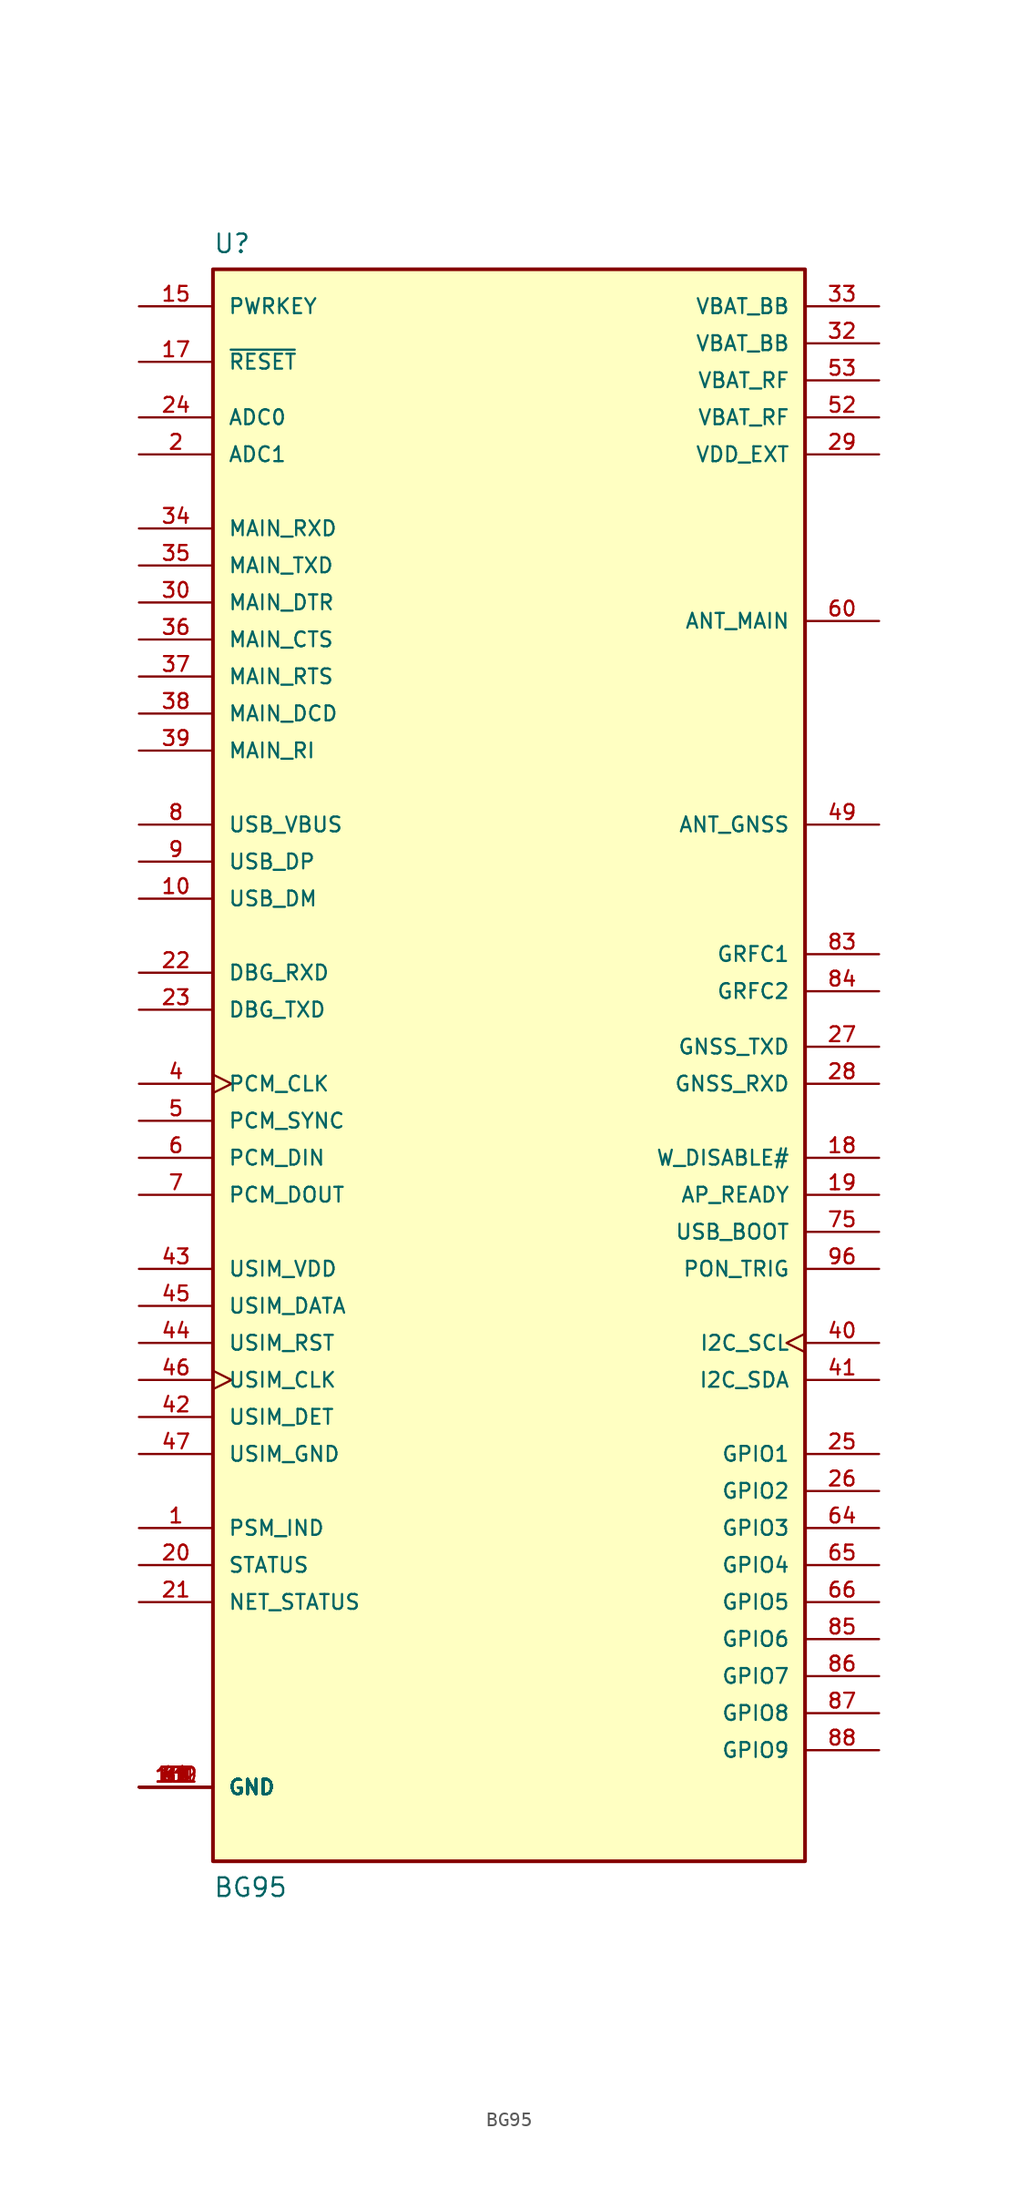
<source format=kicad_sym>
(kicad_symbol_lib
  (version 20211014)
  (generator kicad_symbol_editor)
  (symbol "BG95"
    (pin_names
      (offset 1.016))
    (property "Reference" "U"
      (at -20.32 54.356 0)
      (effects (font (size 1.27 1.27)) (justify left bottom)))
    (property "Value" "BG95"
      (at -20.32 -58.42 0)
      (effects (font (size 1.27 1.27)) (justify left bottom)))
    (symbol "BG95_0_0"
      (rectangle (start -20.32 -55.88) (end 20.32 53.34) (stroke (width 0.254) (type default) (color 0 0 0 0)) (fill (type background)))
      (pin output line (at -25.4 -33.02 0) (length 5.08) (name "PSM_IND" (effects (font (size 1.016 1.016)))) (number "1" (effects (font (size 1.016 1.016)))))
      (pin bidirectional line (at -25.4 10.16 0) (length 5.08) (name "USB_DM" (effects (font (size 1.016 1.016)))) (number "10" (effects (font (size 1.016 1.016)))))
      (pin power_in line (at -25.4 -50.8 0) (length 5.08) (name "GND" (effects (font (size 1.016 1.016)))) (number "100" (effects (font (size 1.016 1.016)))))
      (pin power_in line (at -25.4 -50.8 0) (length 5.08) (name "GND" (effects (font (size 1.016 1.016)))) (number "101" (effects (font (size 1.016 1.016)))))
      (pin power_in line (at -25.4 -50.8 0) (length 5.08) (name "GND" (effects (font (size 1.016 1.016)))) (number "102" (effects (font (size 1.016 1.016)))))
      (pin no_connect line (at -11.43 -60.96 90) (length 5.08) hide (name "RESERVED" (effects (font (size 1.016 1.016)))) (number "11" (effects (font (size 1.016 1.016)))))
      (pin no_connect line (at 0 -60.96 90) (length 5.08) hide (name "RESERVED" (effects (font (size 1.016 1.016)))) (number "12" (effects (font (size 1.016 1.016)))))
      (pin no_connect line (at -1.27 -60.96 90) (length 5.08) hide (name "RESERVED" (effects (font (size 1.016 1.016)))) (number "13" (effects (font (size 1.016 1.016)))))
      (pin no_connect line (at -5.08 -60.96 90) (length 5.08) hide (name "RESERVED" (effects (font (size 1.016 1.016)))) (number "14" (effects (font (size 1.016 1.016)))))
      (pin input line (at -25.4 50.8 0) (length 5.08) (name "PWRKEY" (effects (font (size 1.016 1.016)))) (number "15" (effects (font (size 1.016 1.016)))))
      (pin no_connect line (at -2.54 -60.96 90) (length 5.08) hide (name "RESERVED" (effects (font (size 1.016 1.016)))) (number "16" (effects (font (size 1.016 1.016)))))
      (pin input line (at -25.4 46.99 0) (length 5.08) (name "~{RESET}" (effects (font (size 1.016 1.016)))) (number "17" (effects (font (size 1.016 1.016)))))
      (pin input line (at 25.4 -7.62 180) (length 5.08) (name "W_DISABLE#" (effects (font (size 1.016 1.016)))) (number "18" (effects (font (size 1.016 1.016)))))
      (pin input line (at 25.4 -10.16 180) (length 5.08) (name "AP_READY" (effects (font (size 1.016 1.016)))) (number "19" (effects (font (size 1.016 1.016)))))
      (pin input line (at -25.4 40.64 0) (length 5.08) (name "ADC1" (effects (font (size 1.016 1.016)))) (number "2" (effects (font (size 1.016 1.016)))))
      (pin output line (at -25.4 -35.56 0) (length 5.08) (name "STATUS" (effects (font (size 1.016 1.016)))) (number "20" (effects (font (size 1.016 1.016)))))
      (pin output line (at -25.4 -38.1 0) (length 5.08) (name "NET_STATUS" (effects (font (size 1.016 1.016)))) (number "21" (effects (font (size 1.016 1.016)))))
      (pin input line (at -25.4 5.08 0) (length 5.08) (name "DBG_RXD" (effects (font (size 1.016 1.016)))) (number "22" (effects (font (size 1.016 1.016)))))
      (pin output line (at -25.4 2.54 0) (length 5.08) (name "DBG_TXD" (effects (font (size 1.016 1.016)))) (number "23" (effects (font (size 1.016 1.016)))))
      (pin input line (at -25.4 43.18 0) (length 5.08) (name "ADC0" (effects (font (size 1.016 1.016)))) (number "24" (effects (font (size 1.016 1.016)))))
      (pin bidirectional line (at 25.4 -27.94 180) (length 5.08) (name "GPIO1" (effects (font (size 1.016 1.016)))) (number "25" (effects (font (size 1.016 1.016)))))
      (pin bidirectional line (at 25.4 -30.48 180) (length 5.08) (name "GPIO2" (effects (font (size 1.016 1.016)))) (number "26" (effects (font (size 1.016 1.016)))))
      (pin output line (at 25.4 0 180) (length 5.08) (name "GNSS_TXD" (effects (font (size 1.016 1.016)))) (number "27" (effects (font (size 1.016 1.016)))))
      (pin input line (at 25.4 -2.54 180) (length 5.08) (name "GNSS_RXD" (effects (font (size 1.016 1.016)))) (number "28" (effects (font (size 1.016 1.016)))))
      (pin power_in line (at 25.4 40.64 180) (length 5.08) (name "VDD_EXT" (effects (font (size 1.016 1.016)))) (number "29" (effects (font (size 1.016 1.016)))))
      (pin power_in line (at -25.4 -50.8 0) (length 5.08) (name "GND" (effects (font (size 1.016 1.016)))) (number "3" (effects (font (size 1.016 1.016)))))
      (pin input line (at -25.4 30.48 0) (length 5.08) (name "MAIN_DTR" (effects (font (size 1.016 1.016)))) (number "30" (effects (font (size 1.016 1.016)))))
      (pin power_in line (at -25.4 -50.8 0) (length 5.08) (name "GND" (effects (font (size 1.016 1.016)))) (number "31" (effects (font (size 1.016 1.016)))))
      (pin power_in line (at 25.4 48.26 180) (length 5.08) (name "VBAT_BB" (effects (font (size 1.016 1.016)))) (number "32" (effects (font (size 1.016 1.016)))))
      (pin power_in line (at 25.4 50.8 180) (length 5.08) (name "VBAT_BB" (effects (font (size 1.016 1.016)))) (number "33" (effects (font (size 1.016 1.016)))))
      (pin input line (at -25.4 35.56 0) (length 5.08) (name "MAIN_RXD" (effects (font (size 1.016 1.016)))) (number "34" (effects (font (size 1.016 1.016)))))
      (pin output line (at -25.4 33.02 0) (length 5.08) (name "MAIN_TXD" (effects (font (size 1.016 1.016)))) (number "35" (effects (font (size 1.016 1.016)))))
      (pin output line (at -25.4 27.94 0) (length 5.08) (name "MAIN_CTS" (effects (font (size 1.016 1.016)))) (number "36" (effects (font (size 1.016 1.016)))))
      (pin input line (at -25.4 25.4 0) (length 5.08) (name "MAIN_RTS" (effects (font (size 1.016 1.016)))) (number "37" (effects (font (size 1.016 1.016)))))
      (pin output line (at -25.4 22.86 0) (length 5.08) (name "MAIN_DCD" (effects (font (size 1.016 1.016)))) (number "38" (effects (font (size 1.016 1.016)))))
      (pin output line (at -25.4 20.32 0) (length 5.08) (name "MAIN_RI" (effects (font (size 1.016 1.016)))) (number "39" (effects (font (size 1.016 1.016)))))
      (pin output clock (at -25.4 -2.54 0) (length 5.08) (name "PCM_CLK" (effects (font (size 1.016 1.016)))) (number "4" (effects (font (size 1.016 1.016)))))
      (pin output clock (at 25.4 -20.32 180) (length 5.08) (name "I2C_SCL" (effects (font (size 1.016 1.016)))) (number "40" (effects (font (size 1.016 1.016)))))
      (pin bidirectional line (at 25.4 -22.86 180) (length 5.08) (name "I2C_SDA" (effects (font (size 1.016 1.016)))) (number "41" (effects (font (size 1.016 1.016)))))
      (pin input line (at -25.4 -25.4 0) (length 5.08) (name "USIM_DET" (effects (font (size 1.016 1.016)))) (number "42" (effects (font (size 1.016 1.016)))))
      (pin power_in line (at -25.4 -15.24 0) (length 5.08) (name "USIM_VDD" (effects (font (size 1.016 1.016)))) (number "43" (effects (font (size 1.016 1.016)))))
      (pin output line (at -25.4 -20.32 0) (length 5.08) (name "USIM_RST" (effects (font (size 1.016 1.016)))) (number "44" (effects (font (size 1.016 1.016)))))
      (pin bidirectional line (at -25.4 -17.78 0) (length 5.08) (name "USIM_DATA" (effects (font (size 1.016 1.016)))) (number "45" (effects (font (size 1.016 1.016)))))
      (pin output clock (at -25.4 -22.86 0) (length 5.08) (name "USIM_CLK" (effects (font (size 1.016 1.016)))) (number "46" (effects (font (size 1.016 1.016)))))
      (pin power_in line (at -25.4 -27.94 0) (length 5.08) (name "USIM_GND" (effects (font (size 1.016 1.016)))) (number "47" (effects (font (size 1.016 1.016)))))
      (pin power_in line (at -25.4 -50.8 0) (length 5.08) (name "GND" (effects (font (size 1.016 1.016)))) (number "48" (effects (font (size 1.016 1.016)))))
      (pin input line (at 25.4 15.24 180) (length 5.08) (name "ANT_GNSS" (effects (font (size 1.016 1.016)))) (number "49" (effects (font (size 1.016 1.016)))))
      (pin output line (at -25.4 -5.08 0) (length 5.08) (name "PCM_SYNC" (effects (font (size 1.016 1.016)))) (number "5" (effects (font (size 1.016 1.016)))))
      (pin power_in line (at -25.4 -50.8 0) (length 5.08) (name "GND" (effects (font (size 1.016 1.016)))) (number "50" (effects (font (size 1.016 1.016)))))
      (pin no_connect line (at -3.81 -60.96 90) (length 5.08) hide (name "RESERVED" (effects (font (size 1.016 1.016)))) (number "51" (effects (font (size 1.016 1.016)))))
      (pin power_in line (at 25.4 43.18 180) (length 5.08) (name "VBAT_RF" (effects (font (size 1.016 1.016)))) (number "52" (effects (font (size 1.016 1.016)))))
      (pin power_in line (at 25.4 45.72 180) (length 5.08) (name "VBAT_RF" (effects (font (size 1.016 1.016)))) (number "53" (effects (font (size 1.016 1.016)))))
      (pin power_in line (at -25.4 -50.8 0) (length 5.08) (name "GND" (effects (font (size 1.016 1.016)))) (number "54" (effects (font (size 1.016 1.016)))))
      (pin power_in line (at -25.4 -50.8 0) (length 5.08) (name "GND" (effects (font (size 1.016 1.016)))) (number "55" (effects (font (size 1.016 1.016)))))
      (pin no_connect line (at -6.35 -60.96 90) (length 5.08) hide (name "RESERVED" (effects (font (size 1.016 1.016)))) (number "56" (effects (font (size 1.016 1.016)))))
      (pin no_connect line (at -7.62 -60.96 90) (length 5.08) hide (name "RESERVED" (effects (font (size 1.016 1.016)))) (number "57" (effects (font (size 1.016 1.016)))))
      (pin power_in line (at -25.4 -50.8 0) (length 5.08) (name "GND" (effects (font (size 1.016 1.016)))) (number "58" (effects (font (size 1.016 1.016)))))
      (pin power_in line (at -25.4 -50.8 0) (length 5.08) (name "GND" (effects (font (size 1.016 1.016)))) (number "59" (effects (font (size 1.016 1.016)))))
      (pin input line (at -25.4 -7.62 0) (length 5.08) (name "PCM_DIN" (effects (font (size 1.016 1.016)))) (number "6" (effects (font (size 1.016 1.016)))))
      (pin bidirectional line (at 25.4 29.21 180) (length 5.08) (name "ANT_MAIN" (effects (font (size 1.016 1.016)))) (number "60" (effects (font (size 1.016 1.016)))))
      (pin power_in line (at -25.4 -50.8 0) (length 5.08) (name "GND" (effects (font (size 1.016 1.016)))) (number "61" (effects (font (size 1.016 1.016)))))
      (pin power_in line (at -25.4 -50.8 0) (length 5.08) (name "GND" (effects (font (size 1.016 1.016)))) (number "62" (effects (font (size 1.016 1.016)))))
      (pin no_connect line (at 1.27 -60.96 90) (length 5.08) hide (name "RESERVED" (effects (font (size 1.016 1.016)))) (number "63" (effects (font (size 1.016 1.016)))))
      (pin bidirectional line (at 25.4 -33.02 180) (length 5.08) (name "GPIO3" (effects (font (size 1.016 1.016)))) (number "64" (effects (font (size 1.016 1.016)))))
      (pin bidirectional line (at 25.4 -35.56 180) (length 5.08) (name "GPIO4" (effects (font (size 1.016 1.016)))) (number "65" (effects (font (size 1.016 1.016)))))
      (pin bidirectional line (at 25.4 -38.1 180) (length 5.08) (name "GPIO5" (effects (font (size 1.016 1.016)))) (number "66" (effects (font (size 1.016 1.016)))))
      (pin power_in line (at -25.4 -50.8 0) (length 5.08) (name "GND" (effects (font (size 1.016 1.016)))) (number "67" (effects (font (size 1.016 1.016)))))
      (pin power_in line (at -25.4 -50.8 0) (length 5.08) (name "GND" (effects (font (size 1.016 1.016)))) (number "68" (effects (font (size 1.016 1.016)))))
      (pin power_in line (at -25.4 -50.8 0) (length 5.08) (name "GND" (effects (font (size 1.016 1.016)))) (number "69" (effects (font (size 1.016 1.016)))))
      (pin output line (at -25.4 -10.16 0) (length 5.08) (name "PCM_DOUT" (effects (font (size 1.016 1.016)))) (number "7" (effects (font (size 1.016 1.016)))))
      (pin power_in line (at -25.4 -50.8 0) (length 5.08) (name "GND" (effects (font (size 1.016 1.016)))) (number "70" (effects (font (size 1.016 1.016)))))
      (pin power_in line (at -25.4 -50.8 0) (length 5.08) (name "GND" (effects (font (size 1.016 1.016)))) (number "71" (effects (font (size 1.016 1.016)))))
      (pin power_in line (at -25.4 -50.8 0) (length 5.08) (name "GND" (effects (font (size 1.016 1.016)))) (number "72" (effects (font (size 1.016 1.016)))))
      (pin power_in line (at -25.4 -50.8 0) (length 5.08) (name "GND" (effects (font (size 1.016 1.016)))) (number "73" (effects (font (size 1.016 1.016)))))
      (pin power_in line (at -25.4 -50.8 0) (length 5.08) (name "GND" (effects (font (size 1.016 1.016)))) (number "74" (effects (font (size 1.016 1.016)))))
      (pin input line (at 25.4 -12.7 180) (length 5.08) (name "USB_BOOT" (effects (font (size 1.016 1.016)))) (number "75" (effects (font (size 1.016 1.016)))))
      (pin no_connect line (at 2.54 -60.96 90) (length 5.08) hide (name "RESERVED" (effects (font (size 1.016 1.016)))) (number "76" (effects (font (size 1.016 1.016)))))
      (pin no_connect line (at 3.81 -60.96 90) (length 5.08) hide (name "RESERVED" (effects (font (size 1.016 1.016)))) (number "77" (effects (font (size 1.016 1.016)))))
      (pin no_connect line (at 6.35 -60.96 90) (length 5.08) hide (name "RESERVED" (effects (font (size 1.016 1.016)))) (number "78" (effects (font (size 1.016 1.016)))))
      (pin power_in line (at -25.4 -50.8 0) (length 5.08) (name "GND" (effects (font (size 1.016 1.016)))) (number "79" (effects (font (size 1.016 1.016)))))
      (pin input line (at -25.4 15.24 0) (length 5.08) (name "USB_VBUS" (effects (font (size 1.016 1.016)))) (number "8" (effects (font (size 1.016 1.016)))))
      (pin power_in line (at -25.4 -50.8 0) (length 5.08) (name "GND" (effects (font (size 1.016 1.016)))) (number "80" (effects (font (size 1.016 1.016)))))
      (pin power_in line (at -25.4 -50.8 0) (length 5.08) (name "GND" (effects (font (size 1.016 1.016)))) (number "81" (effects (font (size 1.016 1.016)))))
      (pin power_in line (at -25.4 -50.8 0) (length 5.08) (name "GND" (effects (font (size 1.016 1.016)))) (number "82" (effects (font (size 1.016 1.016)))))
      (pin output line (at 25.4 6.35 180) (length 5.08) (name "GRFC1" (effects (font (size 1.016 1.016)))) (number "83" (effects (font (size 1.016 1.016)))))
      (pin output line (at 25.4 3.81 180) (length 5.08) (name "GRFC2" (effects (font (size 1.016 1.016)))) (number "84" (effects (font (size 1.016 1.016)))))
      (pin bidirectional line (at 25.4 -40.64 180) (length 5.08) (name "GPIO6" (effects (font (size 1.016 1.016)))) (number "85" (effects (font (size 1.016 1.016)))))
      (pin bidirectional line (at 25.4 -43.18 180) (length 5.08) (name "GPIO7" (effects (font (size 1.016 1.016)))) (number "86" (effects (font (size 1.016 1.016)))))
      (pin bidirectional line (at 25.4 -45.72 180) (length 5.08) (name "GPIO8" (effects (font (size 1.016 1.016)))) (number "87" (effects (font (size 1.016 1.016)))))
      (pin bidirectional line (at 25.4 -48.26 180) (length 5.08) (name "GPIO9" (effects (font (size 1.016 1.016)))) (number "88" (effects (font (size 1.016 1.016)))))
      (pin power_in line (at -25.4 -50.8 0) (length 5.08) (name "GND" (effects (font (size 1.016 1.016)))) (number "89" (effects (font (size 1.016 1.016)))))
      (pin bidirectional line (at -25.4 12.7 0) (length 5.08) (name "USB_DP" (effects (font (size 1.016 1.016)))) (number "9" (effects (font (size 1.016 1.016)))))
      (pin power_in line (at -25.4 -50.8 0) (length 5.08) (name "GND" (effects (font (size 1.016 1.016)))) (number "90" (effects (font (size 1.016 1.016)))))
      (pin power_in line (at -25.4 -50.8 0) (length 5.08) (name "GND" (effects (font (size 1.016 1.016)))) (number "91" (effects (font (size 1.016 1.016)))))
      (pin no_connect line (at 5.08 -60.96 90) (length 5.08) hide (name "RESERVED" (effects (font (size 1.016 1.016)))) (number "92" (effects (font (size 1.016 1.016)))))
      (pin no_connect line (at -8.89 -60.96 90) (length 5.08) hide (name "RESERVED" (effects (font (size 1.016 1.016)))) (number "93" (effects (font (size 1.016 1.016)))))
      (pin no_connect line (at -10.16 -60.96 90) (length 5.08) hide (name "RESERVED" (effects (font (size 1.016 1.016)))) (number "94" (effects (font (size 1.016 1.016)))))
      (pin no_connect line (at 7.62 -60.96 90) (length 5.08) hide (name "RESERVED" (effects (font (size 1.016 1.016)))) (number "95" (effects (font (size 1.016 1.016)))))
      (pin input line (at 25.4 -15.24 180) (length 5.08) (name "PON_TRIG" (effects (font (size 1.016 1.016)))) (number "96" (effects (font (size 1.016 1.016)))))
      (pin no_connect line (at 11.43 -60.96 90) (length 5.08) hide (name "RESERVED" (effects (font (size 1.016 1.016)))) (number "97" (effects (font (size 1.016 1.016)))))
      (pin no_connect line (at 10.16 -60.96 90) (length 5.08) hide (name "RESERVED" (effects (font (size 1.016 1.016)))) (number "98" (effects (font (size 1.016 1.016)))))
      (pin no_connect line (at 8.89 -60.96 90) (length 5.08) hide (name "RESERVED" (effects (font (size 1.016 1.016)))) (number "99" (effects (font (size 1.016 1.016))))))))
</source>
